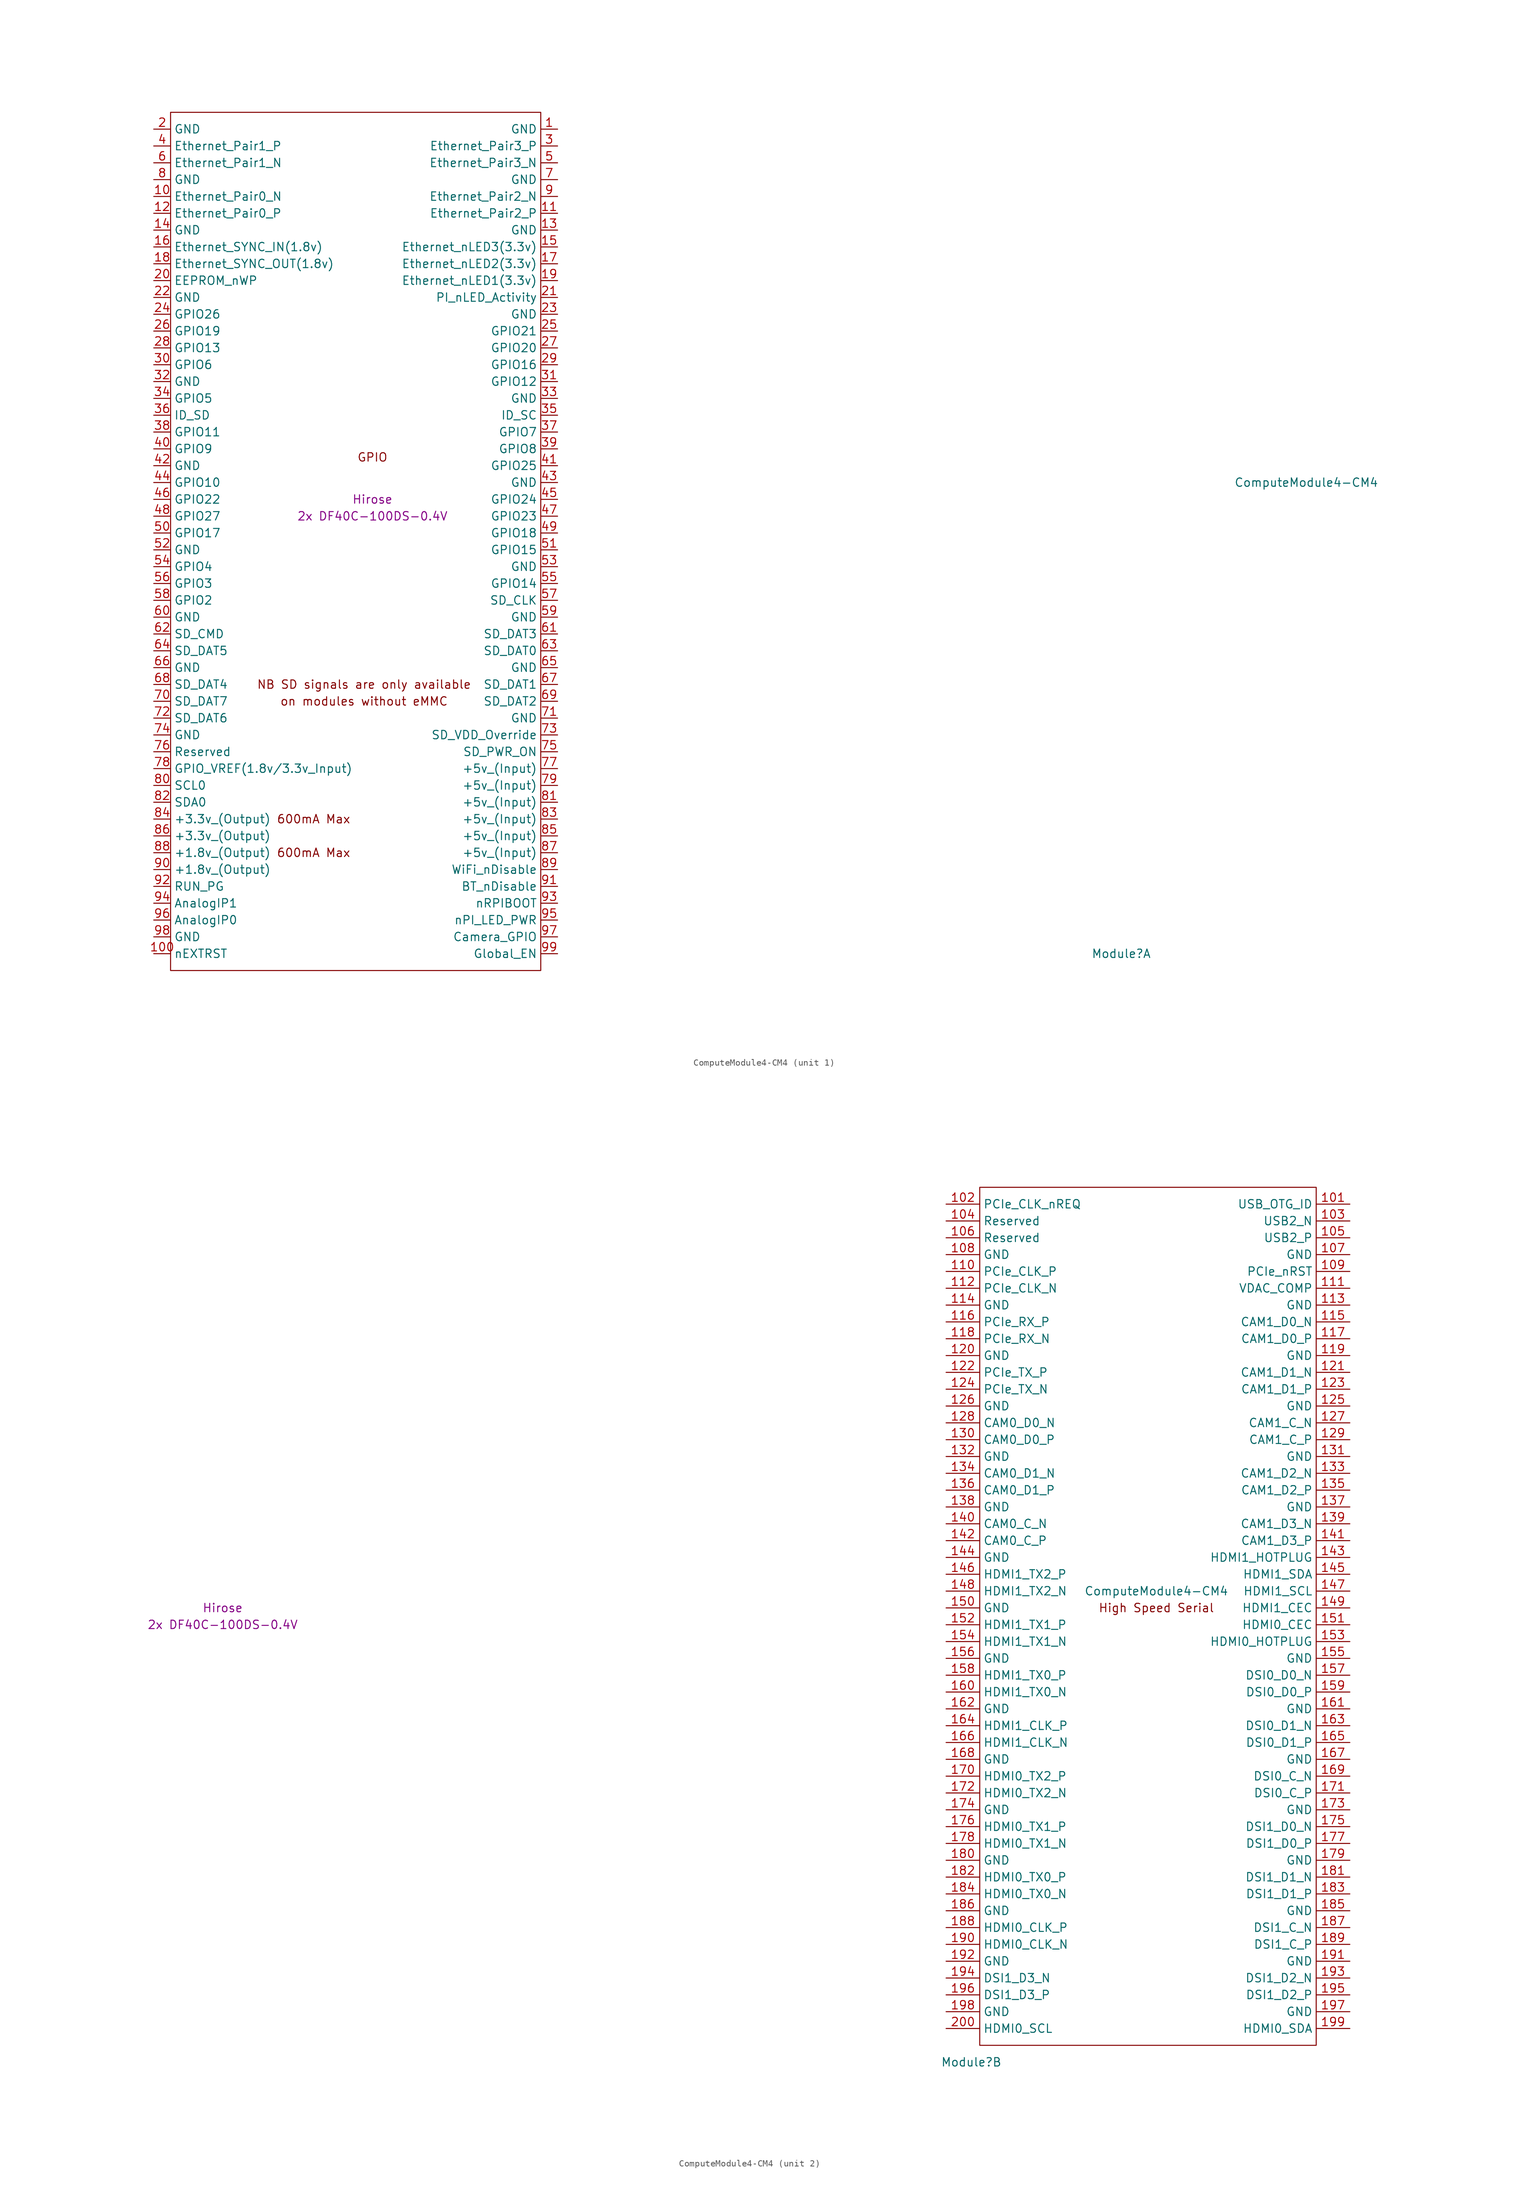
<source format=kicad_sym>
(kicad_symbol_lib
  (version 20241209)
  (generator "kicad_symbol_editor")
  (generator_version "9.0")
  (symbol "ComputeModule4-CM4"
    (property "Reference" "Module"
      (at 113.03 -68.58 0)
      (effects (font (size 1.27 1.27))))
    (property "Value" "ComputeModule4-CM4"
      (at 140.97 2.54 0)
      (effects (font (size 1.27 1.27))))
    (property "Field4" "Hirose"
      (at 0 0 0)
      (effects (font (size 1.27 1.27))))
    (property "Field5" "2x DF40C-100DS-0.4V"
      (at 0 -2.54 0)
      (effects (font (size 1.27 1.27))))
    (symbol "ComputeModule4-CM4_1_0"
      (text "GPIO" (at 0 6.35 0) (effects (font (size 1.27 1.27)))))
    (symbol "ComputeModule4-CM4_1_1"
      (rectangle (start -30.48 -71.12) (end 25.4 58.42) (stroke (width 0) (type default)) (fill (type none)))
      (text "600mA Max" (at -8.89 -48.26 0) (effects (font (size 1.27 1.27))))
      (text "600mA Max" (at -8.89 -53.34 0) (effects (font (size 1.27 1.27))))
      (text "NB SD signals are only available" (at -1.27 -27.94 0) (effects (font (size 1.27 1.27))))
      (text "on modules without eMMC" (at -1.27 -30.48 0) (effects (font (size 1.27 1.27))))
      (pin power_in line (at -33.02 55.88 0) (length 2.54) (name "GND" (effects (font (size 1.27 1.27)))) (number "2" (effects (font (size 1.27 1.27)))))
      (pin passive line (at -33.02 53.34 0) (length 2.54) (name "Ethernet_Pair1_P" (effects (font (size 1.27 1.27)))) (number "4" (effects (font (size 1.27 1.27)))))
      (pin passive line (at -33.02 50.8 0) (length 2.54) (name "Ethernet_Pair1_N" (effects (font (size 1.27 1.27)))) (number "6" (effects (font (size 1.27 1.27)))))
      (pin power_in line (at -33.02 48.26 0) (length 2.54) (name "GND" (effects (font (size 1.27 1.27)))) (number "8" (effects (font (size 1.27 1.27)))))
      (pin passive line (at -33.02 45.72 0) (length 2.54) (name "Ethernet_Pair0_N" (effects (font (size 1.27 1.27)))) (number "10" (effects (font (size 1.27 1.27)))))
      (pin passive line (at -33.02 43.18 0) (length 2.54) (name "Ethernet_Pair0_P" (effects (font (size 1.27 1.27)))) (number "12" (effects (font (size 1.27 1.27)))))
      (pin power_in line (at -33.02 40.64 0) (length 2.54) (name "GND" (effects (font (size 1.27 1.27)))) (number "14" (effects (font (size 1.27 1.27)))))
      (pin input line (at -33.02 38.1 0) (length 2.54) (name "Ethernet_SYNC_IN(1.8v)" (effects (font (size 1.27 1.27)))) (number "16" (effects (font (size 1.27 1.27)))))
      (pin input line (at -33.02 35.56 0) (length 2.54) (name "Ethernet_SYNC_OUT(1.8v)" (effects (font (size 1.27 1.27)))) (number "18" (effects (font (size 1.27 1.27)))))
      (pin passive line (at -33.02 33.02 0) (length 2.54) (name "EEPROM_nWP" (effects (font (size 1.27 1.27)))) (number "20" (effects (font (size 1.27 1.27)))))
      (pin power_in line (at -33.02 30.48 0) (length 2.54) (name "GND" (effects (font (size 1.27 1.27)))) (number "22" (effects (font (size 1.27 1.27)))))
      (pin passive line (at -33.02 27.94 0) (length 2.54) (name "GPIO26" (effects (font (size 1.27 1.27)))) (number "24" (effects (font (size 1.27 1.27)))))
      (pin passive line (at -33.02 25.4 0) (length 2.54) (name "GPIO19" (effects (font (size 1.27 1.27)))) (number "26" (effects (font (size 1.27 1.27)))))
      (pin passive line (at -33.02 22.86 0) (length 2.54) (name "GPIO13" (effects (font (size 1.27 1.27)))) (number "28" (effects (font (size 1.27 1.27)))))
      (pin passive line (at -33.02 20.32 0) (length 2.54) (name "GPIO6" (effects (font (size 1.27 1.27)))) (number "30" (effects (font (size 1.27 1.27)))))
      (pin power_in line (at -33.02 17.78 0) (length 2.54) (name "GND" (effects (font (size 1.27 1.27)))) (number "32" (effects (font (size 1.27 1.27)))))
      (pin passive line (at -33.02 15.24 0) (length 2.54) (name "GPIO5" (effects (font (size 1.27 1.27)))) (number "34" (effects (font (size 1.27 1.27)))))
      (pin passive line (at -33.02 12.7 0) (length 2.54) (name "ID_SD" (effects (font (size 1.27 1.27)))) (number "36" (effects (font (size 1.27 1.27)))))
      (pin passive line (at -33.02 10.16 0) (length 2.54) (name "GPIO11" (effects (font (size 1.27 1.27)))) (number "38" (effects (font (size 1.27 1.27)))))
      (pin passive line (at -33.02 7.62 0) (length 2.54) (name "GPIO9" (effects (font (size 1.27 1.27)))) (number "40" (effects (font (size 1.27 1.27)))))
      (pin power_in line (at -33.02 5.08 0) (length 2.54) (name "GND" (effects (font (size 1.27 1.27)))) (number "42" (effects (font (size 1.27 1.27)))))
      (pin passive line (at -33.02 2.54 0) (length 2.54) (name "GPIO10" (effects (font (size 1.27 1.27)))) (number "44" (effects (font (size 1.27 1.27)))))
      (pin passive line (at -33.02 0 0) (length 2.54) (name "GPIO22" (effects (font (size 1.27 1.27)))) (number "46" (effects (font (size 1.27 1.27)))))
      (pin passive line (at -33.02 -2.54 0) (length 2.54) (name "GPIO27" (effects (font (size 1.27 1.27)))) (number "48" (effects (font (size 1.27 1.27)))))
      (pin passive line (at -33.02 -5.08 0) (length 2.54) (name "GPIO17" (effects (font (size 1.27 1.27)))) (number "50" (effects (font (size 1.27 1.27)))))
      (pin power_in line (at -33.02 -7.62 0) (length 2.54) (name "GND" (effects (font (size 1.27 1.27)))) (number "52" (effects (font (size 1.27 1.27)))))
      (pin passive line (at -33.02 -10.16 0) (length 2.54) (name "GPIO4" (effects (font (size 1.27 1.27)))) (number "54" (effects (font (size 1.27 1.27)))))
      (pin passive line (at -33.02 -12.7 0) (length 2.54) (name "GPIO3" (effects (font (size 1.27 1.27)))) (number "56" (effects (font (size 1.27 1.27)))))
      (pin passive line (at -33.02 -15.24 0) (length 2.54) (name "GPIO2" (effects (font (size 1.27 1.27)))) (number "58" (effects (font (size 1.27 1.27)))))
      (pin power_in line (at -33.02 -17.78 0) (length 2.54) (name "GND" (effects (font (size 1.27 1.27)))) (number "60" (effects (font (size 1.27 1.27)))))
      (pin passive line (at -33.02 -20.32 0) (length 2.54) (name "SD_CMD" (effects (font (size 1.27 1.27)))) (number "62" (effects (font (size 1.27 1.27)))))
      (pin passive line (at -33.02 -22.86 0) (length 2.54) (name "SD_DAT5" (effects (font (size 1.27 1.27)))) (number "64" (effects (font (size 1.27 1.27)))))
      (pin power_in line (at -33.02 -25.4 0) (length 2.54) (name "GND" (effects (font (size 1.27 1.27)))) (number "66" (effects (font (size 1.27 1.27)))))
      (pin passive line (at -33.02 -27.94 0) (length 2.54) (name "SD_DAT4" (effects (font (size 1.27 1.27)))) (number "68" (effects (font (size 1.27 1.27)))))
      (pin passive line (at -33.02 -30.48 0) (length 2.54) (name "SD_DAT7" (effects (font (size 1.27 1.27)))) (number "70" (effects (font (size 1.27 1.27)))))
      (pin passive line (at -33.02 -33.02 0) (length 2.54) (name "SD_DAT6" (effects (font (size 1.27 1.27)))) (number "72" (effects (font (size 1.27 1.27)))))
      (pin power_in line (at -33.02 -35.56 0) (length 2.54) (name "GND" (effects (font (size 1.27 1.27)))) (number "74" (effects (font (size 1.27 1.27)))))
      (pin passive line (at -33.02 -38.1 0) (length 2.54) (name "Reserved" (effects (font (size 1.27 1.27)))) (number "76" (effects (font (size 1.27 1.27)))))
      (pin power_in line (at -33.02 -40.64 0) (length 2.54) (name "GPIO_VREF(1.8v/3.3v_Input)" (effects (font (size 1.27 1.27)))) (number "78" (effects (font (size 1.27 1.27)))))
      (pin passive line (at -33.02 -43.18 0) (length 2.54) (name "SCL0" (effects (font (size 1.27 1.27)))) (number "80" (effects (font (size 1.27 1.27)))))
      (pin passive line (at -33.02 -45.72 0) (length 2.54) (name "SDA0" (effects (font (size 1.27 1.27)))) (number "82" (effects (font (size 1.27 1.27)))))
      (pin power_out line (at -33.02 -48.26 0) (length 2.54) (name "+3.3v_(Output)" (effects (font (size 1.27 1.27)))) (number "84" (effects (font (size 1.27 1.27)))))
      (pin power_out line (at -33.02 -50.8 0) (length 2.54) (name "+3.3v_(Output)" (effects (font (size 1.27 1.27)))) (number "86" (effects (font (size 1.27 1.27)))))
      (pin power_out line (at -33.02 -53.34 0) (length 2.54) (name "+1.8v_(Output)" (effects (font (size 1.27 1.27)))) (number "88" (effects (font (size 1.27 1.27)))))
      (pin power_out line (at -33.02 -55.88 0) (length 2.54) (name "+1.8v_(Output)" (effects (font (size 1.27 1.27)))) (number "90" (effects (font (size 1.27 1.27)))))
      (pin passive line (at -33.02 -58.42 0) (length 2.54) (name "RUN_PG" (effects (font (size 1.27 1.27)))) (number "92" (effects (font (size 1.27 1.27)))))
      (pin passive line (at -33.02 -60.96 0) (length 2.54) (name "AnalogIP1" (effects (font (size 1.27 1.27)))) (number "94" (effects (font (size 1.27 1.27)))))
      (pin passive line (at -33.02 -63.5 0) (length 2.54) (name "AnalogIP0" (effects (font (size 1.27 1.27)))) (number "96" (effects (font (size 1.27 1.27)))))
      (pin power_in line (at -33.02 -66.04 0) (length 2.54) (name "GND" (effects (font (size 1.27 1.27)))) (number "98" (effects (font (size 1.27 1.27)))))
      (pin output line (at -33.02 -68.58 0) (length 2.54) (name "nEXTRST" (effects (font (size 1.27 1.27)))) (number "100" (effects (font (size 1.27 1.27)))))
      (pin power_in line (at 27.94 55.88 180) (length 2.54) (name "GND" (effects (font (size 1.27 1.27)))) (number "1" (effects (font (size 1.27 1.27)))))
      (pin passive line (at 27.94 53.34 180) (length 2.54) (name "Ethernet_Pair3_P" (effects (font (size 1.27 1.27)))) (number "3" (effects (font (size 1.27 1.27)))))
      (pin passive line (at 27.94 50.8 180) (length 2.54) (name "Ethernet_Pair3_N" (effects (font (size 1.27 1.27)))) (number "5" (effects (font (size 1.27 1.27)))))
      (pin power_in line (at 27.94 48.26 180) (length 2.54) (name "GND" (effects (font (size 1.27 1.27)))) (number "7" (effects (font (size 1.27 1.27)))))
      (pin passive line (at 27.94 45.72 180) (length 2.54) (name "Ethernet_Pair2_N" (effects (font (size 1.27 1.27)))) (number "9" (effects (font (size 1.27 1.27)))))
      (pin passive line (at 27.94 43.18 180) (length 2.54) (name "Ethernet_Pair2_P" (effects (font (size 1.27 1.27)))) (number "11" (effects (font (size 1.27 1.27)))))
      (pin power_in line (at 27.94 40.64 180) (length 2.54) (name "GND" (effects (font (size 1.27 1.27)))) (number "13" (effects (font (size 1.27 1.27)))))
      (pin output line (at 27.94 38.1 180) (length 2.54) (name "Ethernet_nLED3(3.3v)" (effects (font (size 1.27 1.27)))) (number "15" (effects (font (size 1.27 1.27)))))
      (pin output line (at 27.94 35.56 180) (length 2.54) (name "Ethernet_nLED2(3.3v)" (effects (font (size 1.27 1.27)))) (number "17" (effects (font (size 1.27 1.27)))))
      (pin output line (at 27.94 33.02 180) (length 2.54) (name "Ethernet_nLED1(3.3v)" (effects (font (size 1.27 1.27)))) (number "19" (effects (font (size 1.27 1.27)))))
      (pin open_collector line (at 27.94 30.48 180) (length 2.54) (name "PI_nLED_Activity" (effects (font (size 1.27 1.27)))) (number "21" (effects (font (size 1.27 1.27)))))
      (pin power_in line (at 27.94 27.94 180) (length 2.54) (name "GND" (effects (font (size 1.27 1.27)))) (number "23" (effects (font (size 1.27 1.27)))))
      (pin passive line (at 27.94 25.4 180) (length 2.54) (name "GPIO21" (effects (font (size 1.27 1.27)))) (number "25" (effects (font (size 1.27 1.27)))))
      (pin passive line (at 27.94 22.86 180) (length 2.54) (name "GPIO20" (effects (font (size 1.27 1.27)))) (number "27" (effects (font (size 1.27 1.27)))))
      (pin passive line (at 27.94 20.32 180) (length 2.54) (name "GPIO16" (effects (font (size 1.27 1.27)))) (number "29" (effects (font (size 1.27 1.27)))))
      (pin passive line (at 27.94 17.78 180) (length 2.54) (name "GPIO12" (effects (font (size 1.27 1.27)))) (number "31" (effects (font (size 1.27 1.27)))))
      (pin power_in line (at 27.94 15.24 180) (length 2.54) (name "GND" (effects (font (size 1.27 1.27)))) (number "33" (effects (font (size 1.27 1.27)))))
      (pin passive line (at 27.94 12.7 180) (length 2.54) (name "ID_SC" (effects (font (size 1.27 1.27)))) (number "35" (effects (font (size 1.27 1.27)))))
      (pin passive line (at 27.94 10.16 180) (length 2.54) (name "GPIO7" (effects (font (size 1.27 1.27)))) (number "37" (effects (font (size 1.27 1.27)))))
      (pin passive line (at 27.94 7.62 180) (length 2.54) (name "GPIO8" (effects (font (size 1.27 1.27)))) (number "39" (effects (font (size 1.27 1.27)))))
      (pin passive line (at 27.94 5.08 180) (length 2.54) (name "GPIO25" (effects (font (size 1.27 1.27)))) (number "41" (effects (font (size 1.27 1.27)))))
      (pin power_in line (at 27.94 2.54 180) (length 2.54) (name "GND" (effects (font (size 1.27 1.27)))) (number "43" (effects (font (size 1.27 1.27)))))
      (pin passive line (at 27.94 0 180) (length 2.54) (name "GPIO24" (effects (font (size 1.27 1.27)))) (number "45" (effects (font (size 1.27 1.27)))))
      (pin passive line (at 27.94 -2.54 180) (length 2.54) (name "GPIO23" (effects (font (size 1.27 1.27)))) (number "47" (effects (font (size 1.27 1.27)))))
      (pin passive line (at 27.94 -5.08 180) (length 2.54) (name "GPIO18" (effects (font (size 1.27 1.27)))) (number "49" (effects (font (size 1.27 1.27)))))
      (pin passive line (at 27.94 -7.62 180) (length 2.54) (name "GPIO15" (effects (font (size 1.27 1.27)))) (number "51" (effects (font (size 1.27 1.27)))))
      (pin power_in line (at 27.94 -10.16 180) (length 2.54) (name "GND" (effects (font (size 1.27 1.27)))) (number "53" (effects (font (size 1.27 1.27)))))
      (pin passive line (at 27.94 -12.7 180) (length 2.54) (name "GPIO14" (effects (font (size 1.27 1.27)))) (number "55" (effects (font (size 1.27 1.27)))))
      (pin passive line (at 27.94 -15.24 180) (length 2.54) (name "SD_CLK" (effects (font (size 1.27 1.27)))) (number "57" (effects (font (size 1.27 1.27)))))
      (pin power_in line (at 27.94 -17.78 180) (length 2.54) (name "GND" (effects (font (size 1.27 1.27)))) (number "59" (effects (font (size 1.27 1.27)))))
      (pin passive line (at 27.94 -20.32 180) (length 2.54) (name "SD_DAT3" (effects (font (size 1.27 1.27)))) (number "61" (effects (font (size 1.27 1.27)))))
      (pin passive line (at 27.94 -22.86 180) (length 2.54) (name "SD_DAT0" (effects (font (size 1.27 1.27)))) (number "63" (effects (font (size 1.27 1.27)))))
      (pin power_in line (at 27.94 -25.4 180) (length 2.54) (name "GND" (effects (font (size 1.27 1.27)))) (number "65" (effects (font (size 1.27 1.27)))))
      (pin passive line (at 27.94 -27.94 180) (length 2.54) (name "SD_DAT1" (effects (font (size 1.27 1.27)))) (number "67" (effects (font (size 1.27 1.27)))))
      (pin passive line (at 27.94 -30.48 180) (length 2.54) (name "SD_DAT2" (effects (font (size 1.27 1.27)))) (number "69" (effects (font (size 1.27 1.27)))))
      (pin power_in line (at 27.94 -33.02 180) (length 2.54) (name "GND" (effects (font (size 1.27 1.27)))) (number "71" (effects (font (size 1.27 1.27)))))
      (pin input line (at 27.94 -35.56 180) (length 2.54) (name "SD_VDD_Override" (effects (font (size 1.27 1.27)))) (number "73" (effects (font (size 1.27 1.27)))))
      (pin output line (at 27.94 -38.1 180) (length 2.54) (name "SD_PWR_ON" (effects (font (size 1.27 1.27)))) (number "75" (effects (font (size 1.27 1.27)))))
      (pin power_in line (at 27.94 -40.64 180) (length 2.54) (name "+5v_(Input)" (effects (font (size 1.27 1.27)))) (number "77" (effects (font (size 1.27 1.27)))))
      (pin power_in line (at 27.94 -43.18 180) (length 2.54) (name "+5v_(Input)" (effects (font (size 1.27 1.27)))) (number "79" (effects (font (size 1.27 1.27)))))
      (pin power_in line (at 27.94 -45.72 180) (length 2.54) (name "+5v_(Input)" (effects (font (size 1.27 1.27)))) (number "81" (effects (font (size 1.27 1.27)))))
      (pin power_in line (at 27.94 -48.26 180) (length 2.54) (name "+5v_(Input)" (effects (font (size 1.27 1.27)))) (number "83" (effects (font (size 1.27 1.27)))))
      (pin power_in line (at 27.94 -50.8 180) (length 2.54) (name "+5v_(Input)" (effects (font (size 1.27 1.27)))) (number "85" (effects (font (size 1.27 1.27)))))
      (pin power_in line (at 27.94 -53.34 180) (length 2.54) (name "+5v_(Input)" (effects (font (size 1.27 1.27)))) (number "87" (effects (font (size 1.27 1.27)))))
      (pin power_in line (at 27.94 -55.88 180) (length 2.54) (name "WiFi_nDisable" (effects (font (size 1.27 1.27)))) (number "89" (effects (font (size 1.27 1.27)))))
      (pin power_in line (at 27.94 -58.42 180) (length 2.54) (name "BT_nDisable" (effects (font (size 1.27 1.27)))) (number "91" (effects (font (size 1.27 1.27)))))
      (pin input line (at 27.94 -60.96 180) (length 2.54) (name "nRPIBOOT" (effects (font (size 1.27 1.27)))) (number "93" (effects (font (size 1.27 1.27)))))
      (pin output line (at 27.94 -63.5 180) (length 2.54) (name "nPI_LED_PWR" (effects (font (size 1.27 1.27)))) (number "95" (effects (font (size 1.27 1.27)))))
      (pin passive line (at 27.94 -66.04 180) (length 2.54) (name "Camera_GPIO" (effects (font (size 1.27 1.27)))) (number "97" (effects (font (size 1.27 1.27)))))
      (pin input line (at 27.94 -68.58 180) (length 2.54) (name "Global_EN" (effects (font (size 1.27 1.27)))) (number "99" (effects (font (size 1.27 1.27))))))
    (symbol "ComputeModule4-CM4_2_1"
      (rectangle (start 114.3 -66.04) (end 165.1 63.5) (stroke (width 0) (type default)) (fill (type none)))
      (text "High Speed Serial" (at 140.97 0 0) (effects (font (size 1.27 1.27))))
      (pin input line (at 109.22 60.96 0) (length 5.08) (name "PCIe_CLK_nREQ" (effects (font (size 1.27 1.27)))) (number "102" (effects (font (size 1.27 1.27)))))
      (pin passive line (at 109.22 58.42 0) (length 5.08) (name "Reserved" (effects (font (size 1.27 1.27)))) (number "104" (effects (font (size 1.27 1.27)))))
      (pin passive line (at 109.22 55.88 0) (length 5.08) (name "Reserved" (effects (font (size 1.27 1.27)))) (number "106" (effects (font (size 1.27 1.27)))))
      (pin power_in line (at 109.22 53.34 0) (length 5.08) (name "GND" (effects (font (size 1.27 1.27)))) (number "108" (effects (font (size 1.27 1.27)))))
      (pin output line (at 109.22 50.8 0) (length 5.08) (name "PCIe_CLK_P" (effects (font (size 1.27 1.27)))) (number "110" (effects (font (size 1.27 1.27)))))
      (pin output line (at 109.22 48.26 0) (length 5.08) (name "PCIe_CLK_N" (effects (font (size 1.27 1.27)))) (number "112" (effects (font (size 1.27 1.27)))))
      (pin power_in line (at 109.22 45.72 0) (length 5.08) (name "GND" (effects (font (size 1.27 1.27)))) (number "114" (effects (font (size 1.27 1.27)))))
      (pin input line (at 109.22 43.18 0) (length 5.08) (name "PCIe_RX_P" (effects (font (size 1.27 1.27)))) (number "116" (effects (font (size 1.27 1.27)))))
      (pin input line (at 109.22 40.64 0) (length 5.08) (name "PCIe_RX_N" (effects (font (size 1.27 1.27)))) (number "118" (effects (font (size 1.27 1.27)))))
      (pin power_in line (at 109.22 38.1 0) (length 5.08) (name "GND" (effects (font (size 1.27 1.27)))) (number "120" (effects (font (size 1.27 1.27)))))
      (pin output line (at 109.22 35.56 0) (length 5.08) (name "PCIe_TX_P" (effects (font (size 1.27 1.27)))) (number "122" (effects (font (size 1.27 1.27)))))
      (pin output line (at 109.22 33.02 0) (length 5.08) (name "PCIe_TX_N" (effects (font (size 1.27 1.27)))) (number "124" (effects (font (size 1.27 1.27)))))
      (pin power_in line (at 109.22 30.48 0) (length 5.08) (name "GND" (effects (font (size 1.27 1.27)))) (number "126" (effects (font (size 1.27 1.27)))))
      (pin input line (at 109.22 27.94 0) (length 5.08) (name "CAM0_D0_N" (effects (font (size 1.27 1.27)))) (number "128" (effects (font (size 1.27 1.27)))))
      (pin input line (at 109.22 25.4 0) (length 5.08) (name "CAM0_D0_P" (effects (font (size 1.27 1.27)))) (number "130" (effects (font (size 1.27 1.27)))))
      (pin power_in line (at 109.22 22.86 0) (length 5.08) (name "GND" (effects (font (size 1.27 1.27)))) (number "132" (effects (font (size 1.27 1.27)))))
      (pin input line (at 109.22 20.32 0) (length 5.08) (name "CAM0_D1_N" (effects (font (size 1.27 1.27)))) (number "134" (effects (font (size 1.27 1.27)))))
      (pin input line (at 109.22 17.78 0) (length 5.08) (name "CAM0_D1_P" (effects (font (size 1.27 1.27)))) (number "136" (effects (font (size 1.27 1.27)))))
      (pin power_in line (at 109.22 15.24 0) (length 5.08) (name "GND" (effects (font (size 1.27 1.27)))) (number "138" (effects (font (size 1.27 1.27)))))
      (pin input line (at 109.22 12.7 0) (length 5.08) (name "CAM0_C_N" (effects (font (size 1.27 1.27)))) (number "140" (effects (font (size 1.27 1.27)))))
      (pin input line (at 109.22 10.16 0) (length 5.08) (name "CAM0_C_P" (effects (font (size 1.27 1.27)))) (number "142" (effects (font (size 1.27 1.27)))))
      (pin power_in line (at 109.22 7.62 0) (length 5.08) (name "GND" (effects (font (size 1.27 1.27)))) (number "144" (effects (font (size 1.27 1.27)))))
      (pin output line (at 109.22 5.08 0) (length 5.08) (name "HDMI1_TX2_P" (effects (font (size 1.27 1.27)))) (number "146" (effects (font (size 1.27 1.27)))))
      (pin output line (at 109.22 2.54 0) (length 5.08) (name "HDMI1_TX2_N" (effects (font (size 1.27 1.27)))) (number "148" (effects (font (size 1.27 1.27)))))
      (pin power_in line (at 109.22 0 0) (length 5.08) (name "GND" (effects (font (size 1.27 1.27)))) (number "150" (effects (font (size 1.27 1.27)))))
      (pin output line (at 109.22 -2.54 0) (length 5.08) (name "HDMI1_TX1_P" (effects (font (size 1.27 1.27)))) (number "152" (effects (font (size 1.27 1.27)))))
      (pin output line (at 109.22 -5.08 0) (length 5.08) (name "HDMI1_TX1_N" (effects (font (size 1.27 1.27)))) (number "154" (effects (font (size 1.27 1.27)))))
      (pin power_in line (at 109.22 -7.62 0) (length 5.08) (name "GND" (effects (font (size 1.27 1.27)))) (number "156" (effects (font (size 1.27 1.27)))))
      (pin output line (at 109.22 -10.16 0) (length 5.08) (name "HDMI1_TX0_P" (effects (font (size 1.27 1.27)))) (number "158" (effects (font (size 1.27 1.27)))))
      (pin output line (at 109.22 -12.7 0) (length 5.08) (name "HDMI1_TX0_N" (effects (font (size 1.27 1.27)))) (number "160" (effects (font (size 1.27 1.27)))))
      (pin power_in line (at 109.22 -15.24 0) (length 5.08) (name "GND" (effects (font (size 1.27 1.27)))) (number "162" (effects (font (size 1.27 1.27)))))
      (pin output line (at 109.22 -17.78 0) (length 5.08) (name "HDMI1_CLK_P" (effects (font (size 1.27 1.27)))) (number "164" (effects (font (size 1.27 1.27)))))
      (pin output line (at 109.22 -20.32 0) (length 5.08) (name "HDMI1_CLK_N" (effects (font (size 1.27 1.27)))) (number "166" (effects (font (size 1.27 1.27)))))
      (pin power_in line (at 109.22 -22.86 0) (length 5.08) (name "GND" (effects (font (size 1.27 1.27)))) (number "168" (effects (font (size 1.27 1.27)))))
      (pin output line (at 109.22 -25.4 0) (length 5.08) (name "HDMI0_TX2_P" (effects (font (size 1.27 1.27)))) (number "170" (effects (font (size 1.27 1.27)))))
      (pin output line (at 109.22 -27.94 0) (length 5.08) (name "HDMI0_TX2_N" (effects (font (size 1.27 1.27)))) (number "172" (effects (font (size 1.27 1.27)))))
      (pin power_in line (at 109.22 -30.48 0) (length 5.08) (name "GND" (effects (font (size 1.27 1.27)))) (number "174" (effects (font (size 1.27 1.27)))))
      (pin output line (at 109.22 -33.02 0) (length 5.08) (name "HDMI0_TX1_P" (effects (font (size 1.27 1.27)))) (number "176" (effects (font (size 1.27 1.27)))))
      (pin output line (at 109.22 -35.56 0) (length 5.08) (name "HDMI0_TX1_N" (effects (font (size 1.27 1.27)))) (number "178" (effects (font (size 1.27 1.27)))))
      (pin power_in line (at 109.22 -38.1 0) (length 5.08) (name "GND" (effects (font (size 1.27 1.27)))) (number "180" (effects (font (size 1.27 1.27)))))
      (pin output line (at 109.22 -40.64 0) (length 5.08) (name "HDMI0_TX0_P" (effects (font (size 1.27 1.27)))) (number "182" (effects (font (size 1.27 1.27)))))
      (pin output line (at 109.22 -43.18 0) (length 5.08) (name "HDMI0_TX0_N" (effects (font (size 1.27 1.27)))) (number "184" (effects (font (size 1.27 1.27)))))
      (pin power_in line (at 109.22 -45.72 0) (length 5.08) (name "GND" (effects (font (size 1.27 1.27)))) (number "186" (effects (font (size 1.27 1.27)))))
      (pin output line (at 109.22 -48.26 0) (length 5.08) (name "HDMI0_CLK_P" (effects (font (size 1.27 1.27)))) (number "188" (effects (font (size 1.27 1.27)))))
      (pin output line (at 109.22 -50.8 0) (length 5.08) (name "HDMI0_CLK_N" (effects (font (size 1.27 1.27)))) (number "190" (effects (font (size 1.27 1.27)))))
      (pin power_in line (at 109.22 -53.34 0) (length 5.08) (name "GND" (effects (font (size 1.27 1.27)))) (number "192" (effects (font (size 1.27 1.27)))))
      (pin output line (at 109.22 -55.88 0) (length 5.08) (name "DSI1_D3_N" (effects (font (size 1.27 1.27)))) (number "194" (effects (font (size 1.27 1.27)))))
      (pin output line (at 109.22 -58.42 0) (length 5.08) (name "DSI1_D3_P" (effects (font (size 1.27 1.27)))) (number "196" (effects (font (size 1.27 1.27)))))
      (pin power_in line (at 109.22 -60.96 0) (length 5.08) (name "GND" (effects (font (size 1.27 1.27)))) (number "198" (effects (font (size 1.27 1.27)))))
      (pin open_collector line (at 109.22 -63.5 0) (length 5.08) (name "HDMI0_SCL" (effects (font (size 1.27 1.27)))) (number "200" (effects (font (size 1.27 1.27)))))
      (pin input line (at 170.18 60.96 180) (length 5.08) (name "USB_OTG_ID" (effects (font (size 1.27 1.27)))) (number "101" (effects (font (size 1.27 1.27)))))
      (pin passive line (at 170.18 58.42 180) (length 5.08) (name "USB2_N" (effects (font (size 1.27 1.27)))) (number "103" (effects (font (size 1.27 1.27)))))
      (pin passive line (at 170.18 55.88 180) (length 5.08) (name "USB2_P" (effects (font (size 1.27 1.27)))) (number "105" (effects (font (size 1.27 1.27)))))
      (pin power_in line (at 170.18 53.34 180) (length 5.08) (name "GND" (effects (font (size 1.27 1.27)))) (number "107" (effects (font (size 1.27 1.27)))))
      (pin bidirectional line (at 170.18 50.8 180) (length 5.08) (name "PCIe_nRST" (effects (font (size 1.27 1.27)))) (number "109" (effects (font (size 1.27 1.27)))))
      (pin passive line (at 170.18 48.26 180) (length 5.08) (name "VDAC_COMP" (effects (font (size 1.27 1.27)))) (number "111" (effects (font (size 1.27 1.27)))))
      (pin power_in line (at 170.18 45.72 180) (length 5.08) (name "GND" (effects (font (size 1.27 1.27)))) (number "113" (effects (font (size 1.27 1.27)))))
      (pin input line (at 170.18 43.18 180) (length 5.08) (name "CAM1_D0_N" (effects (font (size 1.27 1.27)))) (number "115" (effects (font (size 1.27 1.27)))))
      (pin input line (at 170.18 40.64 180) (length 5.08) (name "CAM1_D0_P" (effects (font (size 1.27 1.27)))) (number "117" (effects (font (size 1.27 1.27)))))
      (pin power_in line (at 170.18 38.1 180) (length 5.08) (name "GND" (effects (font (size 1.27 1.27)))) (number "119" (effects (font (size 1.27 1.27)))))
      (pin input line (at 170.18 35.56 180) (length 5.08) (name "CAM1_D1_N" (effects (font (size 1.27 1.27)))) (number "121" (effects (font (size 1.27 1.27)))))
      (pin input line (at 170.18 33.02 180) (length 5.08) (name "CAM1_D1_P" (effects (font (size 1.27 1.27)))) (number "123" (effects (font (size 1.27 1.27)))))
      (pin power_in line (at 170.18 30.48 180) (length 5.08) (name "GND" (effects (font (size 1.27 1.27)))) (number "125" (effects (font (size 1.27 1.27)))))
      (pin input line (at 170.18 27.94 180) (length 5.08) (name "CAM1_C_N" (effects (font (size 1.27 1.27)))) (number "127" (effects (font (size 1.27 1.27)))))
      (pin input line (at 170.18 25.4 180) (length 5.08) (name "CAM1_C_P" (effects (font (size 1.27 1.27)))) (number "129" (effects (font (size 1.27 1.27)))))
      (pin power_in line (at 170.18 22.86 180) (length 5.08) (name "GND" (effects (font (size 1.27 1.27)))) (number "131" (effects (font (size 1.27 1.27)))))
      (pin input line (at 170.18 20.32 180) (length 5.08) (name "CAM1_D2_N" (effects (font (size 1.27 1.27)))) (number "133" (effects (font (size 1.27 1.27)))))
      (pin input line (at 170.18 17.78 180) (length 5.08) (name "CAM1_D2_P" (effects (font (size 1.27 1.27)))) (number "135" (effects (font (size 1.27 1.27)))))
      (pin power_in line (at 170.18 15.24 180) (length 5.08) (name "GND" (effects (font (size 1.27 1.27)))) (number "137" (effects (font (size 1.27 1.27)))))
      (pin input line (at 170.18 12.7 180) (length 5.08) (name "CAM1_D3_N" (effects (font (size 1.27 1.27)))) (number "139" (effects (font (size 1.27 1.27)))))
      (pin input line (at 170.18 10.16 180) (length 5.08) (name "CAM1_D3_P" (effects (font (size 1.27 1.27)))) (number "141" (effects (font (size 1.27 1.27)))))
      (pin input line (at 170.18 7.62 180) (length 5.08) (name "HDMI1_HOTPLUG" (effects (font (size 1.27 1.27)))) (number "143" (effects (font (size 1.27 1.27)))))
      (pin bidirectional line (at 170.18 5.08 180) (length 5.08) (name "HDMI1_SDA" (effects (font (size 1.27 1.27)))) (number "145" (effects (font (size 1.27 1.27)))))
      (pin open_collector line (at 170.18 2.54 180) (length 5.08) (name "HDMI1_SCL" (effects (font (size 1.27 1.27)))) (number "147" (effects (font (size 1.27 1.27)))))
      (pin open_collector line (at 170.18 0 180) (length 5.08) (name "HDMI1_CEC" (effects (font (size 1.27 1.27)))) (number "149" (effects (font (size 1.27 1.27)))))
      (pin open_collector line (at 170.18 -2.54 180) (length 5.08) (name "HDMI0_CEC" (effects (font (size 1.27 1.27)))) (number "151" (effects (font (size 1.27 1.27)))))
      (pin input line (at 170.18 -5.08 180) (length 5.08) (name "HDMI0_HOTPLUG" (effects (font (size 1.27 1.27)))) (number "153" (effects (font (size 1.27 1.27)))))
      (pin power_in line (at 170.18 -7.62 180) (length 5.08) (name "GND" (effects (font (size 1.27 1.27)))) (number "155" (effects (font (size 1.27 1.27)))))
      (pin output line (at 170.18 -10.16 180) (length 5.08) (name "DSI0_D0_N" (effects (font (size 1.27 1.27)))) (number "157" (effects (font (size 1.27 1.27)))))
      (pin output line (at 170.18 -12.7 180) (length 5.08) (name "DSI0_D0_P" (effects (font (size 1.27 1.27)))) (number "159" (effects (font (size 1.27 1.27)))))
      (pin power_in line (at 170.18 -15.24 180) (length 5.08) (name "GND" (effects (font (size 1.27 1.27)))) (number "161" (effects (font (size 1.27 1.27)))))
      (pin output line (at 170.18 -17.78 180) (length 5.08) (name "DSI0_D1_N" (effects (font (size 1.27 1.27)))) (number "163" (effects (font (size 1.27 1.27)))))
      (pin output line (at 170.18 -20.32 180) (length 5.08) (name "DSI0_D1_P" (effects (font (size 1.27 1.27)))) (number "165" (effects (font (size 1.27 1.27)))))
      (pin power_in line (at 170.18 -22.86 180) (length 5.08) (name "GND" (effects (font (size 1.27 1.27)))) (number "167" (effects (font (size 1.27 1.27)))))
      (pin output line (at 170.18 -25.4 180) (length 5.08) (name "DSI0_C_N" (effects (font (size 1.27 1.27)))) (number "169" (effects (font (size 1.27 1.27)))))
      (pin output line (at 170.18 -27.94 180) (length 5.08) (name "DSI0_C_P" (effects (font (size 1.27 1.27)))) (number "171" (effects (font (size 1.27 1.27)))))
      (pin power_in line (at 170.18 -30.48 180) (length 5.08) (name "GND" (effects (font (size 1.27 1.27)))) (number "173" (effects (font (size 1.27 1.27)))))
      (pin output line (at 170.18 -33.02 180) (length 5.08) (name "DSI1_D0_N" (effects (font (size 1.27 1.27)))) (number "175" (effects (font (size 1.27 1.27)))))
      (pin output line (at 170.18 -35.56 180) (length 5.08) (name "DSI1_D0_P" (effects (font (size 1.27 1.27)))) (number "177" (effects (font (size 1.27 1.27)))))
      (pin power_in line (at 170.18 -38.1 180) (length 5.08) (name "GND" (effects (font (size 1.27 1.27)))) (number "179" (effects (font (size 1.27 1.27)))))
      (pin output line (at 170.18 -40.64 180) (length 5.08) (name "DSI1_D1_N" (effects (font (size 1.27 1.27)))) (number "181" (effects (font (size 1.27 1.27)))))
      (pin output line (at 170.18 -43.18 180) (length 5.08) (name "DSI1_D1_P" (effects (font (size 1.27 1.27)))) (number "183" (effects (font (size 1.27 1.27)))))
      (pin power_in line (at 170.18 -45.72 180) (length 5.08) (name "GND" (effects (font (size 1.27 1.27)))) (number "185" (effects (font (size 1.27 1.27)))))
      (pin output line (at 170.18 -48.26 180) (length 5.08) (name "DSI1_C_N" (effects (font (size 1.27 1.27)))) (number "187" (effects (font (size 1.27 1.27)))))
      (pin output line (at 170.18 -50.8 180) (length 5.08) (name "DSI1_C_P" (effects (font (size 1.27 1.27)))) (number "189" (effects (font (size 1.27 1.27)))))
      (pin power_in line (at 170.18 -53.34 180) (length 5.08) (name "GND" (effects (font (size 1.27 1.27)))) (number "191" (effects (font (size 1.27 1.27)))))
      (pin output line (at 170.18 -55.88 180) (length 5.08) (name "DSI1_D2_N" (effects (font (size 1.27 1.27)))) (number "193" (effects (font (size 1.27 1.27)))))
      (pin output line (at 170.18 -58.42 180) (length 5.08) (name "DSI1_D2_P" (effects (font (size 1.27 1.27)))) (number "195" (effects (font (size 1.27 1.27)))))
      (pin power_in line (at 170.18 -60.96 180) (length 5.08) (name "GND" (effects (font (size 1.27 1.27)))) (number "197" (effects (font (size 1.27 1.27)))))
      (pin bidirectional line (at 170.18 -63.5 180) (length 5.08) (name "HDMI0_SDA" (effects (font (size 1.27 1.27)))) (number "199" (effects (font (size 1.27 1.27))))))))
</source>
